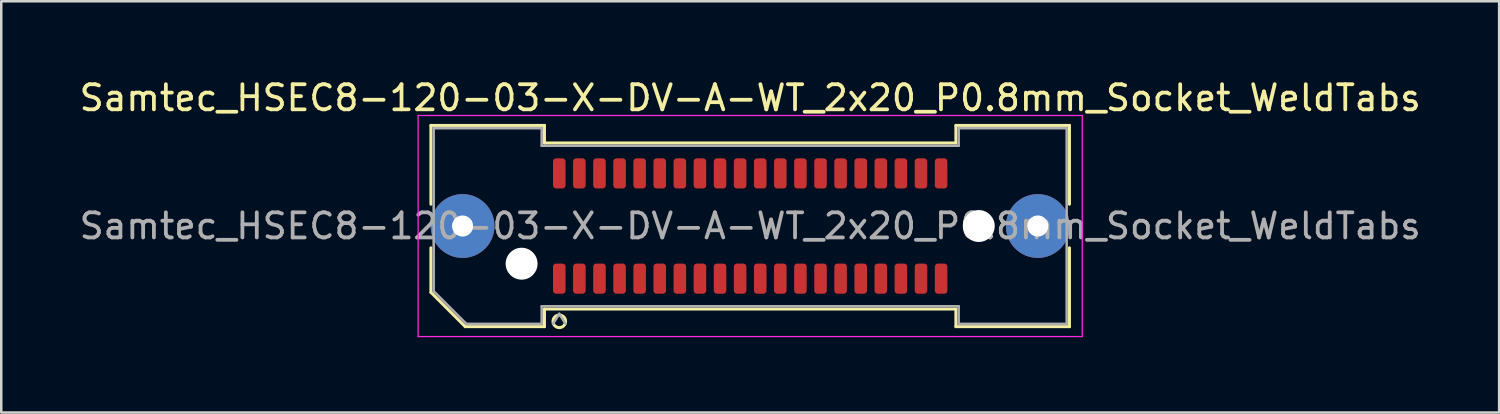
<source format=kicad_pcb>
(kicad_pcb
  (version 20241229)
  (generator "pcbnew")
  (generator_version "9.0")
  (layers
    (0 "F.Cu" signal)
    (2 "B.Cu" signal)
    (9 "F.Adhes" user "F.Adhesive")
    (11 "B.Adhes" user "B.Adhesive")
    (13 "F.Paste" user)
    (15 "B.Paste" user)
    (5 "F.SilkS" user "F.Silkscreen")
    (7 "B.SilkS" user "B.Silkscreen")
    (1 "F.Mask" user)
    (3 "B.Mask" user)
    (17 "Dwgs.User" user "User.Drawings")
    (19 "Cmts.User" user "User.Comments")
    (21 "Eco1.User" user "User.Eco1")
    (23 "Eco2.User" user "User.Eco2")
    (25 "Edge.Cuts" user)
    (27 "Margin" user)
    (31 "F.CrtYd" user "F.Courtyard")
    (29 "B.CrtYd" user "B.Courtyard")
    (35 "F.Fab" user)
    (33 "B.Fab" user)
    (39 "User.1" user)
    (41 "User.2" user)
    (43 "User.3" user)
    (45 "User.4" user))
  (footprint "Samtec_HSEC8-120-03-X-DV-A-WT_2x20_P0.8mm_Socket_WeldTabs"
    (layer "F.Cu")
    (at 26.815 5.948)
    (property "Reference" "Samtec_HSEC8-120-03-X-DV-A-WT_2x20_P0.8mm_Socket_WeldTabs" (at 0 -5.1 0) (layer "F.SilkS") (effects (font (size 1 1) (thickness 0.15))))
    (attr smd)
    (fp_line (start -12.71 -4.005) (end -8.19 -4.005) (stroke (width 0.12) (type solid)) (layer "F.SilkS"))
    (fp_line (start -12.71 -0.868) (end -12.71 -4.005) (stroke (width 0.12) (type solid)) (layer "F.SilkS"))
    (fp_line (start -12.71 2.641) (end -12.71 0.868) (stroke (width 0.12) (type solid)) (layer "F.SilkS"))
    (fp_line (start -11.346 4.005) (end -12.71 2.641) (stroke (width 0.12) (type solid)) (layer "F.SilkS"))
    (fp_line (start -8.19 -4.005) (end -8.19 -3.305) (stroke (width 0.12) (type solid)) (layer "F.SilkS"))
    (fp_line (start -8.19 -3.305) (end 8.19 -3.305) (stroke (width 0.12) (type solid)) (layer "F.SilkS"))
    (fp_line (start -8.19 3.305) (end -8.19 4.005) (stroke (width 0.12) (type solid)) (layer "F.SilkS"))
    (fp_line (start -8.19 4.005) (end -11.346 4.005) (stroke (width 0.12) (type solid)) (layer "F.SilkS"))
    (fp_line (start 8.19 -4.005) (end 12.71 -4.005) (stroke (width 0.12) (type solid)) (layer "F.SilkS"))
    (fp_line (start 8.19 -3.305) (end 8.19 -4.005) (stroke (width 0.12) (type solid)) (layer "F.SilkS"))
    (fp_line (start 8.19 3.305) (end -8.19 3.305) (stroke (width 0.12) (type solid)) (layer "F.SilkS"))
    (fp_line (start 8.19 4.005) (end 8.19 3.305) (stroke (width 0.12) (type solid)) (layer "F.SilkS"))
    (fp_line (start 12.71 -4.005) (end 12.71 -0.868) (stroke (width 0.12) (type solid)) (layer "F.SilkS"))
    (fp_line (start 12.71 0.868) (end 12.71 4.005) (stroke (width 0.12) (type solid)) (layer "F.SilkS"))
    (fp_line (start 12.71 4.005) (end 8.19 4.005) (stroke (width 0.12) (type solid)) (layer "F.SilkS"))
    (fp_arc (start -7.35 3.795) (mid -7.85 3.795) (end -7.35 3.795) (stroke (width 0.12) (type solid)) (layer "F.SilkS"))
    (fp_line (start -13.22 -4.4) (end -13.22 4.4) (stroke (width 0.05) (type solid)) (layer "F.CrtYd"))
    (fp_line (start -13.22 4.4) (end 13.22 4.4) (stroke (width 0.05) (type solid)) (layer "F.CrtYd"))
    (fp_line (start 13.22 -4.4) (end -13.22 -4.4) (stroke (width 0.05) (type solid)) (layer "F.CrtYd"))
    (fp_line (start 13.22 4.4) (end 13.22 -4.4) (stroke (width 0.05) (type solid)) (layer "F.CrtYd"))
    (fp_line (start -12.6 -3.895) (end -8.3 -3.895) (stroke (width 0.1) (type solid)) (layer "F.Fab"))
    (fp_line (start -12.6 2.595) (end -12.6 -3.895) (stroke (width 0.1) (type solid)) (layer "F.Fab"))
    (fp_line (start -11.3 3.895) (end -12.6 2.595) (stroke (width 0.1) (type solid)) (layer "F.Fab"))
    (fp_line (start -8.3 -3.895) (end -8.3 -3.195) (stroke (width 0.1) (type solid)) (layer "F.Fab"))
    (fp_line (start -8.3 -3.195) (end 8.3 -3.195) (stroke (width 0.1) (type solid)) (layer "F.Fab"))
    (fp_line (start -8.3 3.195) (end -8.3 3.895) (stroke (width 0.1) (type solid)) (layer "F.Fab"))
    (fp_line (start -8.3 3.895) (end -11.3 3.895) (stroke (width 0.1) (type solid)) (layer "F.Fab"))
    (fp_line (start -7.6 3.495) (end -7.85 3.895) (stroke (width 0.1) (type solid)) (layer "F.Fab"))
    (fp_line (start -7.6 3.495) (end -7.35 3.895) (stroke (width 0.1) (type solid)) (layer "F.Fab"))
    (fp_line (start 8.3 -3.895) (end 12.6 -3.895) (stroke (width 0.1) (type solid)) (layer "F.Fab"))
    (fp_line (start 8.3 -3.195) (end 8.3 -3.895) (stroke (width 0.1) (type solid)) (layer "F.Fab"))
    (fp_line (start 8.3 3.195) (end -8.3 3.195) (stroke (width 0.1) (type solid)) (layer "F.Fab"))
    (fp_line (start 8.3 3.895) (end 8.3 3.195) (stroke (width 0.1) (type solid)) (layer "F.Fab"))
    (fp_line (start 12.6 -3.895) (end 12.6 3.895) (stroke (width 0.1) (type solid)) (layer "F.Fab"))
    (fp_line (start 12.6 3.895) (end 8.3 3.895) (stroke (width 0.1) (type solid)) (layer "F.Fab"))
    (fp_text user "${REFERENCE}" (at 0 0 0) (layer "F.Fab") (effects (font (size 1 1) (thickness 0.15))))
    (pad "" thru_hole circle (at -11.45 0) (size 2.54 2.54) (drill 0.84) (layers "*.Cu" "*.Mask" "F.Paste"))
    (pad "" np_thru_hole circle (at -9.1 1.5) (size 1.27 1.27) (drill 1.27) (layers "*.Cu" "*.Mask"))
    (pad "" np_thru_hole circle (at 9.1 0) (size 1.27 1.27) (drill 1.27) (layers "*.Cu" "*.Mask"))
    (pad "" thru_hole circle (at 11.45 0) (size 2.54 2.54) (drill 0.84) (layers "*.Cu" "*.Mask" "F.Paste"))
    (pad "1" smd roundrect (at -7.6 2.095) (size 0.5 1.2) (layers "F.Cu" "F.Mask" "F.Paste") (roundrect_rratio 0.25))
    (pad "2" smd roundrect (at -7.6 -2.095) (size 0.5 1.2) (layers "F.Cu" "F.Mask" "F.Paste") (roundrect_rratio 0.25))
    (pad "3" smd roundrect (at -6.8 2.095) (size 0.5 1.2) (layers "F.Cu" "F.Mask" "F.Paste") (roundrect_rratio 0.25))
    (pad "4" smd roundrect (at -6.8 -2.095) (size 0.5 1.2) (layers "F.Cu" "F.Mask" "F.Paste") (roundrect_rratio 0.25))
    (pad "5" smd roundrect (at -6 2.095) (size 0.5 1.2) (layers "F.Cu" "F.Mask" "F.Paste") (roundrect_rratio 0.25))
    (pad "6" smd roundrect (at -6 -2.095) (size 0.5 1.2) (layers "F.Cu" "F.Mask" "F.Paste") (roundrect_rratio 0.25))
    (pad "7" smd roundrect (at -5.2 2.095) (size 0.5 1.2) (layers "F.Cu" "F.Mask" "F.Paste") (roundrect_rratio 0.25))
    (pad "8" smd roundrect (at -5.2 -2.095) (size 0.5 1.2) (layers "F.Cu" "F.Mask" "F.Paste") (roundrect_rratio 0.25))
    (pad "9" smd roundrect (at -4.4 2.095) (size 0.5 1.2) (layers "F.Cu" "F.Mask" "F.Paste") (roundrect_rratio 0.25))
    (pad "10" smd roundrect (at -4.4 -2.095) (size 0.5 1.2) (layers "F.Cu" "F.Mask" "F.Paste") (roundrect_rratio 0.25))
    (pad "11" smd roundrect (at -3.6 2.095) (size 0.5 1.2) (layers "F.Cu" "F.Mask" "F.Paste") (roundrect_rratio 0.25))
    (pad "12" smd roundrect (at -3.6 -2.095) (size 0.5 1.2) (layers "F.Cu" "F.Mask" "F.Paste") (roundrect_rratio 0.25))
    (pad "13" smd roundrect (at -2.8 2.095) (size 0.5 1.2) (layers "F.Cu" "F.Mask" "F.Paste") (roundrect_rratio 0.25))
    (pad "14" smd roundrect (at -2.8 -2.095) (size 0.5 1.2) (layers "F.Cu" "F.Mask" "F.Paste") (roundrect_rratio 0.25))
    (pad "15" smd roundrect (at -2 2.095) (size 0.5 1.2) (layers "F.Cu" "F.Mask" "F.Paste") (roundrect_rratio 0.25))
    (pad "16" smd roundrect (at -2 -2.095) (size 0.5 1.2) (layers "F.Cu" "F.Mask" "F.Paste") (roundrect_rratio 0.25))
    (pad "17" smd roundrect (at -1.2 2.095) (size 0.5 1.2) (layers "F.Cu" "F.Mask" "F.Paste") (roundrect_rratio 0.25))
    (pad "18" smd roundrect (at -1.2 -2.095) (size 0.5 1.2) (layers "F.Cu" "F.Mask" "F.Paste") (roundrect_rratio 0.25))
    (pad "19" smd roundrect (at -0.4 2.095) (size 0.5 1.2) (layers "F.Cu" "F.Mask" "F.Paste") (roundrect_rratio 0.25))
    (pad "20" smd roundrect (at -0.4 -2.095) (size 0.5 1.2) (layers "F.Cu" "F.Mask" "F.Paste") (roundrect_rratio 0.25))
    (pad "21" smd roundrect (at 0.4 2.095) (size 0.5 1.2) (layers "F.Cu" "F.Mask" "F.Paste") (roundrect_rratio 0.25))
    (pad "22" smd roundrect (at 0.4 -2.095) (size 0.5 1.2) (layers "F.Cu" "F.Mask" "F.Paste") (roundrect_rratio 0.25))
    (pad "23" smd roundrect (at 1.2 2.095) (size 0.5 1.2) (layers "F.Cu" "F.Mask" "F.Paste") (roundrect_rratio 0.25))
    (pad "24" smd roundrect (at 1.2 -2.095) (size 0.5 1.2) (layers "F.Cu" "F.Mask" "F.Paste") (roundrect_rratio 0.25))
    (pad "25" smd roundrect (at 2 2.095) (size 0.5 1.2) (layers "F.Cu" "F.Mask" "F.Paste") (roundrect_rratio 0.25))
    (pad "26" smd roundrect (at 2 -2.095) (size 0.5 1.2) (layers "F.Cu" "F.Mask" "F.Paste") (roundrect_rratio 0.25))
    (pad "27" smd roundrect (at 2.8 2.095) (size 0.5 1.2) (layers "F.Cu" "F.Mask" "F.Paste") (roundrect_rratio 0.25))
    (pad "28" smd roundrect (at 2.8 -2.095) (size 0.5 1.2) (layers "F.Cu" "F.Mask" "F.Paste") (roundrect_rratio 0.25))
    (pad "29" smd roundrect (at 3.6 2.095) (size 0.5 1.2) (layers "F.Cu" "F.Mask" "F.Paste") (roundrect_rratio 0.25))
    (pad "30" smd roundrect (at 3.6 -2.095) (size 0.5 1.2) (layers "F.Cu" "F.Mask" "F.Paste") (roundrect_rratio 0.25))
    (pad "31" smd roundrect (at 4.4 2.095) (size 0.5 1.2) (layers "F.Cu" "F.Mask" "F.Paste") (roundrect_rratio 0.25))
    (pad "32" smd roundrect (at 4.4 -2.095) (size 0.5 1.2) (layers "F.Cu" "F.Mask" "F.Paste") (roundrect_rratio 0.25))
    (pad "33" smd roundrect (at 5.2 2.095) (size 0.5 1.2) (layers "F.Cu" "F.Mask" "F.Paste") (roundrect_rratio 0.25))
    (pad "34" smd roundrect (at 5.2 -2.095) (size 0.5 1.2) (layers "F.Cu" "F.Mask" "F.Paste") (roundrect_rratio 0.25))
    (pad "35" smd roundrect (at 6 2.095) (size 0.5 1.2) (layers "F.Cu" "F.Mask" "F.Paste") (roundrect_rratio 0.25))
    (pad "36" smd roundrect (at 6 -2.095) (size 0.5 1.2) (layers "F.Cu" "F.Mask" "F.Paste") (roundrect_rratio 0.25))
    (pad "37" smd roundrect (at 6.8 2.095) (size 0.5 1.2) (layers "F.Cu" "F.Mask" "F.Paste") (roundrect_rratio 0.25))
    (pad "38" smd roundrect (at 6.8 -2.095) (size 0.5 1.2) (layers "F.Cu" "F.Mask" "F.Paste") (roundrect_rratio 0.25))
    (pad "39" smd roundrect (at 7.6 2.095) (size 0.5 1.2) (layers "F.Cu" "F.Mask" "F.Paste") (roundrect_rratio 0.25))
    (pad "40" smd roundrect (at 7.6 -2.095) (size 0.5 1.2) (layers "F.Cu" "F.Mask" "F.Paste") (roundrect_rratio 0.25)))
  (gr_rect
    (start -3 -3)
    (end 56.631 13.373)
    (stroke (width 0.1) (type default))
    (fill no)
    (layer "Edge.Cuts")))
</source>
